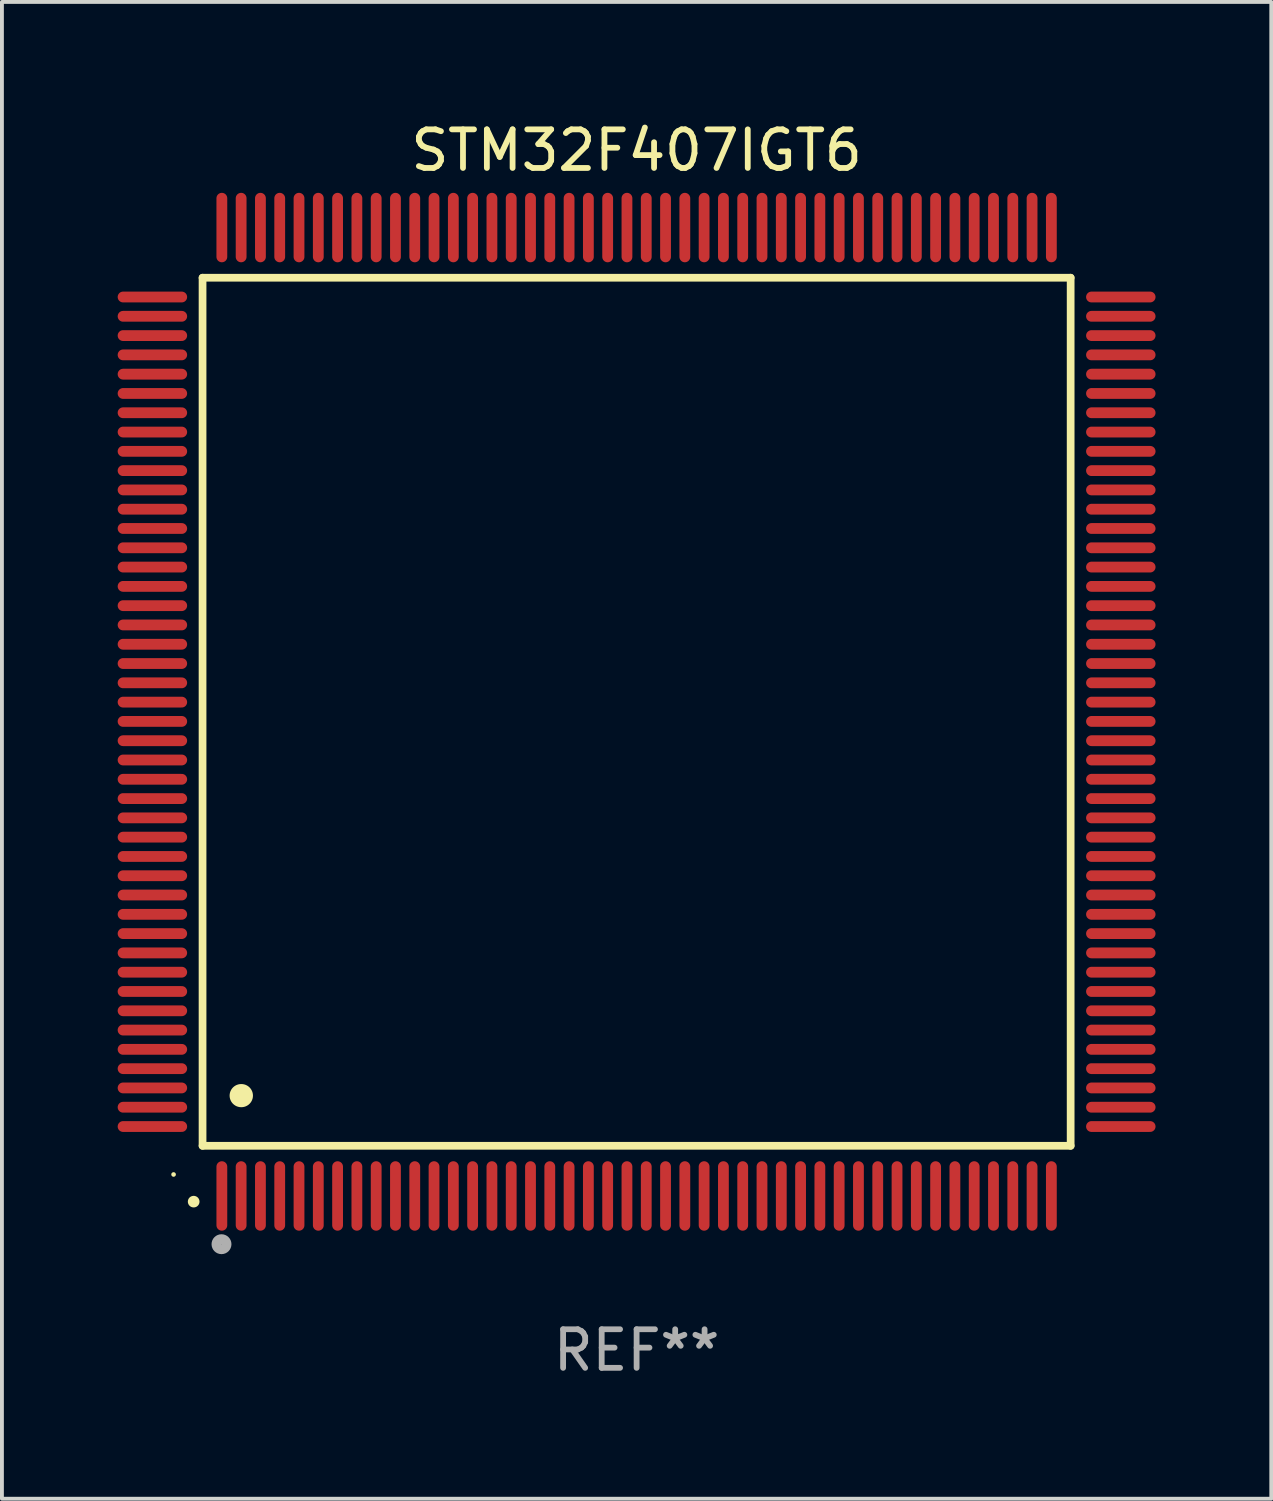
<source format=kicad_pcb>
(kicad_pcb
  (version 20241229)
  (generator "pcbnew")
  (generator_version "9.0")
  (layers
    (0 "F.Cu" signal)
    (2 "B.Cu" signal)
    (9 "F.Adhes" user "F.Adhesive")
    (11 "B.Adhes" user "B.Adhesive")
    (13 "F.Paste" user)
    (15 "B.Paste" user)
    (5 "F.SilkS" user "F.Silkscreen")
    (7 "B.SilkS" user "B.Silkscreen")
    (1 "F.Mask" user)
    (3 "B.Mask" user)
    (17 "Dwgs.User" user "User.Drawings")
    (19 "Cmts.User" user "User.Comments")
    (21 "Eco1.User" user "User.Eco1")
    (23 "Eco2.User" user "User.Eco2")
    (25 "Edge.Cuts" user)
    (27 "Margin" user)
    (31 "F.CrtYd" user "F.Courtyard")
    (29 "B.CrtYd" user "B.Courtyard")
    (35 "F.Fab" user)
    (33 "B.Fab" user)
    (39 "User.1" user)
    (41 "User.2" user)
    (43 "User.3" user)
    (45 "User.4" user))
  (footprint "STM32F407IGT6"
    (layer "F.Cu")
    (at 13.45 15.398)
    (property "Reference" "STM32F407IGT6" (at 0 -14.55 0) (layer "F.SilkS") (effects (font (size 1 1) (thickness 0.15))))
    (attr through_hole)
    (fp_line (start -11.25 -11.25) (end 11.25 -11.25) (stroke (width 0.2) (type solid)) (layer "F.SilkS"))
    (fp_line (start -11.25 11.25) (end -11.25 -11.25) (stroke (width 0.2) (type solid)) (layer "F.SilkS"))
    (fp_line (start 11.25 -11.25) (end 11.25 11.25) (stroke (width 0.2) (type solid)) (layer "F.SilkS"))
    (fp_line (start 11.25 11.25) (end -11.25 11.25) (stroke (width 0.2) (type solid)) (layer "F.SilkS"))
    (fp_arc (start -11.481382 12.697206) (mid -11.480112 12.697201) (end -11.478842 12.697206) (stroke (width 0.3) (type solid)) (layer "F.SilkS"))
    (fp_arc (start -10.24892 9.9492) (mid -10.24638 9.949189) (end -10.24384 9.9492) (stroke (width 0.6) (type solid)) (layer "F.SilkS"))
    (fp_circle (center -12.001 11.993) (end -11.971 11.993) (stroke (width 0.06) (type solid)) (fill no) (layer "F.SilkS"))
    (fp_circle (center -10.759 13.8) (end -10.628 13.8) (stroke (width 0.254) (type solid)) (fill no) (layer "F.Fab"))
    (fp_text user "REF**" (at 0 16.55 0) (layer "F.Fab") (effects (font (size 1 1) (thickness 0.15))))
    (pad "1" smd oval (at -10.75 12.55 180) (size 0.28 1.8) (layers "F.Cu" "F.Mask" "F.Paste"))
    (pad "2" smd oval (at -10.25 12.55 180) (size 0.28 1.8) (layers "F.Cu" "F.Mask" "F.Paste"))
    (pad "3" smd oval (at -9.75 12.55 180) (size 0.28 1.8) (layers "F.Cu" "F.Mask" "F.Paste"))
    (pad "4" smd oval (at -9.25 12.55 180) (size 0.28 1.8) (layers "F.Cu" "F.Mask" "F.Paste"))
    (pad "5" smd oval (at -8.75 12.55 180) (size 0.28 1.8) (layers "F.Cu" "F.Mask" "F.Paste"))
    (pad "6" smd oval (at -8.25 12.55 180) (size 0.28 1.8) (layers "F.Cu" "F.Mask" "F.Paste"))
    (pad "7" smd oval (at -7.75 12.55 180) (size 0.28 1.8) (layers "F.Cu" "F.Mask" "F.Paste"))
    (pad "8" smd oval (at -7.25 12.55 180) (size 0.28 1.8) (layers "F.Cu" "F.Mask" "F.Paste"))
    (pad "9" smd oval (at -6.75 12.55 180) (size 0.28 1.8) (layers "F.Cu" "F.Mask" "F.Paste"))
    (pad "10" smd oval (at -6.25 12.55 180) (size 0.28 1.8) (layers "F.Cu" "F.Mask" "F.Paste"))
    (pad "11" smd oval (at -5.75 12.55 180) (size 0.28 1.8) (layers "F.Cu" "F.Mask" "F.Paste"))
    (pad "12" smd oval (at -5.25 12.55 180) (size 0.28 1.8) (layers "F.Cu" "F.Mask" "F.Paste"))
    (pad "13" smd oval (at -4.75 12.55 180) (size 0.28 1.8) (layers "F.Cu" "F.Mask" "F.Paste"))
    (pad "14" smd oval (at -4.25 12.55 180) (size 0.28 1.8) (layers "F.Cu" "F.Mask" "F.Paste"))
    (pad "15" smd oval (at -3.75 12.55 180) (size 0.28 1.8) (layers "F.Cu" "F.Mask" "F.Paste"))
    (pad "16" smd oval (at -3.25 12.55 180) (size 0.28 1.8) (layers "F.Cu" "F.Mask" "F.Paste"))
    (pad "17" smd oval (at -2.75 12.55 180) (size 0.28 1.8) (layers "F.Cu" "F.Mask" "F.Paste"))
    (pad "18" smd oval (at -2.25 12.55 180) (size 0.28 1.8) (layers "F.Cu" "F.Mask" "F.Paste"))
    (pad "19" smd oval (at -1.75 12.55 180) (size 0.28 1.8) (layers "F.Cu" "F.Mask" "F.Paste"))
    (pad "20" smd oval (at -1.25 12.55 180) (size 0.28 1.8) (layers "F.Cu" "F.Mask" "F.Paste"))
    (pad "21" smd oval (at -0.75 12.55 180) (size 0.28 1.8) (layers "F.Cu" "F.Mask" "F.Paste"))
    (pad "22" smd oval (at -0.25 12.55 180) (size 0.28 1.8) (layers "F.Cu" "F.Mask" "F.Paste"))
    (pad "23" smd oval (at 0.25 12.55 180) (size 0.28 1.8) (layers "F.Cu" "F.Mask" "F.Paste"))
    (pad "24" smd oval (at 0.75 12.55 180) (size 0.28 1.8) (layers "F.Cu" "F.Mask" "F.Paste"))
    (pad "25" smd oval (at 1.25 12.55 180) (size 0.28 1.8) (layers "F.Cu" "F.Mask" "F.Paste"))
    (pad "26" smd oval (at 1.75 12.55 180) (size 0.28 1.8) (layers "F.Cu" "F.Mask" "F.Paste"))
    (pad "27" smd oval (at 2.25 12.55 180) (size 0.28 1.8) (layers "F.Cu" "F.Mask" "F.Paste"))
    (pad "28" smd oval (at 2.75 12.55 180) (size 0.28 1.8) (layers "F.Cu" "F.Mask" "F.Paste"))
    (pad "29" smd oval (at 3.25 12.55 180) (size 0.28 1.8) (layers "F.Cu" "F.Mask" "F.Paste"))
    (pad "30" smd oval (at 3.75 12.55 180) (size 0.28 1.8) (layers "F.Cu" "F.Mask" "F.Paste"))
    (pad "31" smd oval (at 4.25 12.55 180) (size 0.28 1.8) (layers "F.Cu" "F.Mask" "F.Paste"))
    (pad "32" smd oval (at 4.75 12.55 180) (size 0.28 1.8) (layers "F.Cu" "F.Mask" "F.Paste"))
    (pad "33" smd oval (at 5.25 12.55 180) (size 0.28 1.8) (layers "F.Cu" "F.Mask" "F.Paste"))
    (pad "34" smd oval (at 5.75 12.55 180) (size 0.28 1.8) (layers "F.Cu" "F.Mask" "F.Paste"))
    (pad "35" smd oval (at 6.25 12.55 180) (size 0.28 1.8) (layers "F.Cu" "F.Mask" "F.Paste"))
    (pad "36" smd oval (at 6.75 12.55 180) (size 0.28 1.8) (layers "F.Cu" "F.Mask" "F.Paste"))
    (pad "37" smd oval (at 7.25 12.55 180) (size 0.28 1.8) (layers "F.Cu" "F.Mask" "F.Paste"))
    (pad "38" smd oval (at 7.75 12.55 180) (size 0.28 1.8) (layers "F.Cu" "F.Mask" "F.Paste"))
    (pad "39" smd oval (at 8.25 12.55 180) (size 0.28 1.8) (layers "F.Cu" "F.Mask" "F.Paste"))
    (pad "40" smd oval (at 8.75 12.55 180) (size 0.28 1.8) (layers "F.Cu" "F.Mask" "F.Paste"))
    (pad "41" smd oval (at 9.25 12.55 180) (size 0.28 1.8) (layers "F.Cu" "F.Mask" "F.Paste"))
    (pad "42" smd oval (at 9.75 12.55 180) (size 0.28 1.8) (layers "F.Cu" "F.Mask" "F.Paste"))
    (pad "43" smd oval (at 10.25 12.55 180) (size 0.28 1.8) (layers "F.Cu" "F.Mask" "F.Paste"))
    (pad "44" smd oval (at 10.75 12.55 180) (size 0.28 1.8) (layers "F.Cu" "F.Mask" "F.Paste"))
    (pad "45" smd oval (at 12.55 10.75 90) (size 0.28 1.8) (layers "F.Cu" "F.Mask" "F.Paste"))
    (pad "46" smd oval (at 12.55 10.25 90) (size 0.28 1.8) (layers "F.Cu" "F.Mask" "F.Paste"))
    (pad "47" smd oval (at 12.55 9.75 90) (size 0.28 1.8) (layers "F.Cu" "F.Mask" "F.Paste"))
    (pad "48" smd oval (at 12.55 9.25 90) (size 0.28 1.8) (layers "F.Cu" "F.Mask" "F.Paste"))
    (pad "49" smd oval (at 12.55 8.75 90) (size 0.28 1.8) (layers "F.Cu" "F.Mask" "F.Paste"))
    (pad "50" smd oval (at 12.55 8.25 90) (size 0.28 1.8) (layers "F.Cu" "F.Mask" "F.Paste"))
    (pad "51" smd oval (at 12.55 7.75 90) (size 0.28 1.8) (layers "F.Cu" "F.Mask" "F.Paste"))
    (pad "52" smd oval (at 12.55 7.25 90) (size 0.28 1.8) (layers "F.Cu" "F.Mask" "F.Paste"))
    (pad "53" smd oval (at 12.55 6.75 90) (size 0.28 1.8) (layers "F.Cu" "F.Mask" "F.Paste"))
    (pad "54" smd oval (at 12.55 6.25 90) (size 0.28 1.8) (layers "F.Cu" "F.Mask" "F.Paste"))
    (pad "55" smd oval (at 12.55 5.75 90) (size 0.28 1.8) (layers "F.Cu" "F.Mask" "F.Paste"))
    (pad "56" smd oval (at 12.55 5.25 90) (size 0.28 1.8) (layers "F.Cu" "F.Mask" "F.Paste"))
    (pad "57" smd oval (at 12.55 4.75 90) (size 0.28 1.8) (layers "F.Cu" "F.Mask" "F.Paste"))
    (pad "58" smd oval (at 12.55 4.25 90) (size 0.28 1.8) (layers "F.Cu" "F.Mask" "F.Paste"))
    (pad "59" smd oval (at 12.55 3.75 90) (size 0.28 1.8) (layers "F.Cu" "F.Mask" "F.Paste"))
    (pad "60" smd oval (at 12.55 3.25 90) (size 0.28 1.8) (layers "F.Cu" "F.Mask" "F.Paste"))
    (pad "61" smd oval (at 12.55 2.75 90) (size 0.28 1.8) (layers "F.Cu" "F.Mask" "F.Paste"))
    (pad "62" smd oval (at 12.55 2.25 90) (size 0.28 1.8) (layers "F.Cu" "F.Mask" "F.Paste"))
    (pad "63" smd oval (at 12.55 1.75 90) (size 0.28 1.8) (layers "F.Cu" "F.Mask" "F.Paste"))
    (pad "64" smd oval (at 12.55 1.25 90) (size 0.28 1.8) (layers "F.Cu" "F.Mask" "F.Paste"))
    (pad "65" smd oval (at 12.55 0.75 90) (size 0.28 1.8) (layers "F.Cu" "F.Mask" "F.Paste"))
    (pad "66" smd oval (at 12.55 0.25 90) (size 0.28 1.8) (layers "F.Cu" "F.Mask" "F.Paste"))
    (pad "67" smd oval (at 12.55 -0.25 90) (size 0.28 1.8) (layers "F.Cu" "F.Mask" "F.Paste"))
    (pad "68" smd oval (at 12.55 -0.75 90) (size 0.28 1.8) (layers "F.Cu" "F.Mask" "F.Paste"))
    (pad "69" smd oval (at 12.55 -1.25 90) (size 0.28 1.8) (layers "F.Cu" "F.Mask" "F.Paste"))
    (pad "70" smd oval (at 12.55 -1.75 90) (size 0.28 1.8) (layers "F.Cu" "F.Mask" "F.Paste"))
    (pad "71" smd oval (at 12.55 -2.25 90) (size 0.28 1.8) (layers "F.Cu" "F.Mask" "F.Paste"))
    (pad "72" smd oval (at 12.55 -2.75 90) (size 0.28 1.8) (layers "F.Cu" "F.Mask" "F.Paste"))
    (pad "73" smd oval (at 12.55 -3.25 90) (size 0.28 1.8) (layers "F.Cu" "F.Mask" "F.Paste"))
    (pad "74" smd oval (at 12.55 -3.75 90) (size 0.28 1.8) (layers "F.Cu" "F.Mask" "F.Paste"))
    (pad "75" smd oval (at 12.55 -4.25 90) (size 0.28 1.8) (layers "F.Cu" "F.Mask" "F.Paste"))
    (pad "76" smd oval (at 12.55 -4.75 90) (size 0.28 1.8) (layers "F.Cu" "F.Mask" "F.Paste"))
    (pad "77" smd oval (at 12.55 -5.25 90) (size 0.28 1.8) (layers "F.Cu" "F.Mask" "F.Paste"))
    (pad "78" smd oval (at 12.55 -5.75 90) (size 0.28 1.8) (layers "F.Cu" "F.Mask" "F.Paste"))
    (pad "79" smd oval (at 12.55 -6.25 90) (size 0.28 1.8) (layers "F.Cu" "F.Mask" "F.Paste"))
    (pad "80" smd oval (at 12.55 -6.75 90) (size 0.28 1.8) (layers "F.Cu" "F.Mask" "F.Paste"))
    (pad "81" smd oval (at 12.55 -7.25 90) (size 0.28 1.8) (layers "F.Cu" "F.Mask" "F.Paste"))
    (pad "82" smd oval (at 12.55 -7.75 90) (size 0.28 1.8) (layers "F.Cu" "F.Mask" "F.Paste"))
    (pad "83" smd oval (at 12.55 -8.25 90) (size 0.28 1.8) (layers "F.Cu" "F.Mask" "F.Paste"))
    (pad "84" smd oval (at 12.55 -8.75 90) (size 0.28 1.8) (layers "F.Cu" "F.Mask" "F.Paste"))
    (pad "85" smd oval (at 12.55 -9.25 90) (size 0.28 1.8) (layers "F.Cu" "F.Mask" "F.Paste"))
    (pad "86" smd oval (at 12.55 -9.75 90) (size 0.28 1.8) (layers "F.Cu" "F.Mask" "F.Paste"))
    (pad "87" smd oval (at 12.55 -10.25 90) (size 0.28 1.8) (layers "F.Cu" "F.Mask" "F.Paste"))
    (pad "88" smd oval (at 12.55 -10.75 90) (size 0.28 1.8) (layers "F.Cu" "F.Mask" "F.Paste"))
    (pad "89" smd oval (at 10.75 -12.55 180) (size 0.28 1.8) (layers "F.Cu" "F.Mask" "F.Paste"))
    (pad "90" smd oval (at 10.25 -12.55 180) (size 0.28 1.8) (layers "F.Cu" "F.Mask" "F.Paste"))
    (pad "91" smd oval (at 9.75 -12.55 180) (size 0.28 1.8) (layers "F.Cu" "F.Mask" "F.Paste"))
    (pad "92" smd oval (at 9.25 -12.55 180) (size 0.28 1.8) (layers "F.Cu" "F.Mask" "F.Paste"))
    (pad "93" smd oval (at 8.75 -12.55 180) (size 0.28 1.8) (layers "F.Cu" "F.Mask" "F.Paste"))
    (pad "94" smd oval (at 8.25 -12.55 180) (size 0.28 1.8) (layers "F.Cu" "F.Mask" "F.Paste"))
    (pad "95" smd oval (at 7.75 -12.55 180) (size 0.28 1.8) (layers "F.Cu" "F.Mask" "F.Paste"))
    (pad "96" smd oval (at 7.25 -12.55 180) (size 0.28 1.8) (layers "F.Cu" "F.Mask" "F.Paste"))
    (pad "97" smd oval (at 6.75 -12.55 180) (size 0.28 1.8) (layers "F.Cu" "F.Mask" "F.Paste"))
    (pad "98" smd oval (at 6.25 -12.55 180) (size 0.28 1.8) (layers "F.Cu" "F.Mask" "F.Paste"))
    (pad "99" smd oval (at 5.75 -12.55 180) (size 0.28 1.8) (layers "F.Cu" "F.Mask" "F.Paste"))
    (pad "100" smd oval (at 5.25 -12.55 180) (size 0.28 1.8) (layers "F.Cu" "F.Mask" "F.Paste"))
    (pad "101" smd oval (at 4.75 -12.55 180) (size 0.28 1.8) (layers "F.Cu" "F.Mask" "F.Paste"))
    (pad "102" smd oval (at 4.25 -12.55 180) (size 0.28 1.8) (layers "F.Cu" "F.Mask" "F.Paste"))
    (pad "103" smd oval (at 3.75 -12.55 180) (size 0.28 1.8) (layers "F.Cu" "F.Mask" "F.Paste"))
    (pad "104" smd oval (at 3.25 -12.55 180) (size 0.28 1.8) (layers "F.Cu" "F.Mask" "F.Paste"))
    (pad "105" smd oval (at 2.75 -12.55 180) (size 0.28 1.8) (layers "F.Cu" "F.Mask" "F.Paste"))
    (pad "106" smd oval (at 2.25 -12.55 180) (size 0.28 1.8) (layers "F.Cu" "F.Mask" "F.Paste"))
    (pad "107" smd oval (at 1.75 -12.55 180) (size 0.28 1.8) (layers "F.Cu" "F.Mask" "F.Paste"))
    (pad "108" smd oval (at 1.25 -12.55 180) (size 0.28 1.8) (layers "F.Cu" "F.Mask" "F.Paste"))
    (pad "109" smd oval (at 0.75 -12.55 180) (size 0.28 1.8) (layers "F.Cu" "F.Mask" "F.Paste"))
    (pad "110" smd oval (at 0.25 -12.55 180) (size 0.28 1.8) (layers "F.Cu" "F.Mask" "F.Paste"))
    (pad "111" smd oval (at -0.25 -12.55 180) (size 0.28 1.8) (layers "F.Cu" "F.Mask" "F.Paste"))
    (pad "112" smd oval (at -0.75 -12.55 180) (size 0.28 1.8) (layers "F.Cu" "F.Mask" "F.Paste"))
    (pad "113" smd oval (at -1.25 -12.55 180) (size 0.28 1.8) (layers "F.Cu" "F.Mask" "F.Paste"))
    (pad "114" smd oval (at -1.75 -12.55 180) (size 0.28 1.8) (layers "F.Cu" "F.Mask" "F.Paste"))
    (pad "115" smd oval (at -2.25 -12.55 180) (size 0.28 1.8) (layers "F.Cu" "F.Mask" "F.Paste"))
    (pad "116" smd oval (at -2.75 -12.55 180) (size 0.28 1.8) (layers "F.Cu" "F.Mask" "F.Paste"))
    (pad "117" smd oval (at -3.25 -12.55 180) (size 0.28 1.8) (layers "F.Cu" "F.Mask" "F.Paste"))
    (pad "118" smd oval (at -3.75 -12.55 180) (size 0.28 1.8) (layers "F.Cu" "F.Mask" "F.Paste"))
    (pad "119" smd oval (at -4.25 -12.55 180) (size 0.28 1.8) (layers "F.Cu" "F.Mask" "F.Paste"))
    (pad "120" smd oval (at -4.75 -12.55 180) (size 0.28 1.8) (layers "F.Cu" "F.Mask" "F.Paste"))
    (pad "121" smd oval (at -5.25 -12.55 180) (size 0.28 1.8) (layers "F.Cu" "F.Mask" "F.Paste"))
    (pad "122" smd oval (at -5.75 -12.55 180) (size 0.28 1.8) (layers "F.Cu" "F.Mask" "F.Paste"))
    (pad "123" smd oval (at -6.25 -12.55 180) (size 0.28 1.8) (layers "F.Cu" "F.Mask" "F.Paste"))
    (pad "124" smd oval (at -6.75 -12.55 180) (size 0.28 1.8) (layers "F.Cu" "F.Mask" "F.Paste"))
    (pad "125" smd oval (at -7.25 -12.55 180) (size 0.28 1.8) (layers "F.Cu" "F.Mask" "F.Paste"))
    (pad "126" smd oval (at -7.75 -12.55 180) (size 0.28 1.8) (layers "F.Cu" "F.Mask" "F.Paste"))
    (pad "127" smd oval (at -8.25 -12.55 180) (size 0.28 1.8) (layers "F.Cu" "F.Mask" "F.Paste"))
    (pad "128" smd oval (at -8.75 -12.55 180) (size 0.28 1.8) (layers "F.Cu" "F.Mask" "F.Paste"))
    (pad "129" smd oval (at -9.25 -12.55 180) (size 0.28 1.8) (layers "F.Cu" "F.Mask" "F.Paste"))
    (pad "130" smd oval (at -9.75 -12.55 180) (size 0.28 1.8) (layers "F.Cu" "F.Mask" "F.Paste"))
    (pad "131" smd oval (at -10.25 -12.55 180) (size 0.28 1.8) (layers "F.Cu" "F.Mask" "F.Paste"))
    (pad "132" smd oval (at -10.75 -12.55 180) (size 0.28 1.8) (layers "F.Cu" "F.Mask" "F.Paste"))
    (pad "133" smd oval (at -12.55 -10.75 90) (size 0.28 1.8) (layers "F.Cu" "F.Mask" "F.Paste"))
    (pad "134" smd oval (at -12.55 -10.25 90) (size 0.28 1.8) (layers "F.Cu" "F.Mask" "F.Paste"))
    (pad "135" smd oval (at -12.55 -9.75 90) (size 0.28 1.8) (layers "F.Cu" "F.Mask" "F.Paste"))
    (pad "136" smd oval (at -12.55 -9.25 90) (size 0.28 1.8) (layers "F.Cu" "F.Mask" "F.Paste"))
    (pad "137" smd oval (at -12.55 -8.75 90) (size 0.28 1.8) (layers "F.Cu" "F.Mask" "F.Paste"))
    (pad "138" smd oval (at -12.55 -8.25 90) (size 0.28 1.8) (layers "F.Cu" "F.Mask" "F.Paste"))
    (pad "139" smd oval (at -12.55 -7.75 90) (size 0.28 1.8) (layers "F.Cu" "F.Mask" "F.Paste"))
    (pad "140" smd oval (at -12.55 -7.25 90) (size 0.28 1.8) (layers "F.Cu" "F.Mask" "F.Paste"))
    (pad "141" smd oval (at -12.55 -6.75 90) (size 0.28 1.8) (layers "F.Cu" "F.Mask" "F.Paste"))
    (pad "142" smd oval (at -12.55 -6.25 90) (size 0.28 1.8) (layers "F.Cu" "F.Mask" "F.Paste"))
    (pad "143" smd oval (at -12.55 -5.75 90) (size 0.28 1.8) (layers "F.Cu" "F.Mask" "F.Paste"))
    (pad "144" smd oval (at -12.55 -5.25 90) (size 0.28 1.8) (layers "F.Cu" "F.Mask" "F.Paste"))
    (pad "145" smd oval (at -12.55 -4.75 90) (size 0.28 1.8) (layers "F.Cu" "F.Mask" "F.Paste"))
    (pad "146" smd oval (at -12.55 -4.25 90) (size 0.28 1.8) (layers "F.Cu" "F.Mask" "F.Paste"))
    (pad "147" smd oval (at -12.55 -3.75 90) (size 0.28 1.8) (layers "F.Cu" "F.Mask" "F.Paste"))
    (pad "148" smd oval (at -12.55 -3.25 90) (size 0.28 1.8) (layers "F.Cu" "F.Mask" "F.Paste"))
    (pad "149" smd oval (at -12.55 -2.75 90) (size 0.28 1.8) (layers "F.Cu" "F.Mask" "F.Paste"))
    (pad "150" smd oval (at -12.55 -2.25 90) (size 0.28 1.8) (layers "F.Cu" "F.Mask" "F.Paste"))
    (pad "151" smd oval (at -12.55 -1.75 90) (size 0.28 1.8) (layers "F.Cu" "F.Mask" "F.Paste"))
    (pad "152" smd oval (at -12.55 -1.25 90) (size 0.28 1.8) (layers "F.Cu" "F.Mask" "F.Paste"))
    (pad "153" smd oval (at -12.55 -0.75 90) (size 0.28 1.8) (layers "F.Cu" "F.Mask" "F.Paste"))
    (pad "154" smd oval (at -12.55 -0.25 90) (size 0.28 1.8) (layers "F.Cu" "F.Mask" "F.Paste"))
    (pad "155" smd oval (at -12.55 0.25 90) (size 0.28 1.8) (layers "F.Cu" "F.Mask" "F.Paste"))
    (pad "156" smd oval (at -12.55 0.75 90) (size 0.28 1.8) (layers "F.Cu" "F.Mask" "F.Paste"))
    (pad "157" smd oval (at -12.55 1.25 90) (size 0.28 1.8) (layers "F.Cu" "F.Mask" "F.Paste"))
    (pad "158" smd oval (at -12.55 1.75 90) (size 0.28 1.8) (layers "F.Cu" "F.Mask" "F.Paste"))
    (pad "159" smd oval (at -12.55 2.25 90) (size 0.28 1.8) (layers "F.Cu" "F.Mask" "F.Paste"))
    (pad "160" smd oval (at -12.55 2.75 90) (size 0.28 1.8) (layers "F.Cu" "F.Mask" "F.Paste"))
    (pad "161" smd oval (at -12.55 3.25 90) (size 0.28 1.8) (layers "F.Cu" "F.Mask" "F.Paste"))
    (pad "162" smd oval (at -12.55 3.75 90) (size 0.28 1.8) (layers "F.Cu" "F.Mask" "F.Paste"))
    (pad "163" smd oval (at -12.55 4.25 90) (size 0.28 1.8) (layers "F.Cu" "F.Mask" "F.Paste"))
    (pad "164" smd oval (at -12.55 4.75 90) (size 0.28 1.8) (layers "F.Cu" "F.Mask" "F.Paste"))
    (pad "165" smd oval (at -12.55 5.25 90) (size 0.28 1.8) (layers "F.Cu" "F.Mask" "F.Paste"))
    (pad "166" smd oval (at -12.55 5.75 90) (size 0.28 1.8) (layers "F.Cu" "F.Mask" "F.Paste"))
    (pad "167" smd oval (at -12.55 6.25 90) (size 0.28 1.8) (layers "F.Cu" "F.Mask" "F.Paste"))
    (pad "168" smd oval (at -12.55 6.75 90) (size 0.28 1.8) (layers "F.Cu" "F.Mask" "F.Paste"))
    (pad "169" smd oval (at -12.55 7.25 90) (size 0.28 1.8) (layers "F.Cu" "F.Mask" "F.Paste"))
    (pad "170" smd oval (at -12.55 7.75 90) (size 0.28 1.8) (layers "F.Cu" "F.Mask" "F.Paste"))
    (pad "171" smd oval (at -12.55 8.25 90) (size 0.28 1.8) (layers "F.Cu" "F.Mask" "F.Paste"))
    (pad "172" smd oval (at -12.55 8.75 90) (size 0.28 1.8) (layers "F.Cu" "F.Mask" "F.Paste"))
    (pad "173" smd oval (at -12.55 9.25 90) (size 0.28 1.8) (layers "F.Cu" "F.Mask" "F.Paste"))
    (pad "174" smd oval (at -12.55 9.75 90) (size 0.28 1.8) (layers "F.Cu" "F.Mask" "F.Paste"))
    (pad "175" smd oval (at -12.55 10.25 90) (size 0.28 1.8) (layers "F.Cu" "F.Mask" "F.Paste"))
    (pad "176" smd oval (at -12.55 10.75 90) (size 0.28 1.8) (layers "F.Cu" "F.Mask" "F.Paste")))
  (gr_rect
    (start -3 -3)
    (end 29.9 35.796)
    (stroke (width 0.1) (type default))
    (fill no)
    (layer "Edge.Cuts")))
</source>
